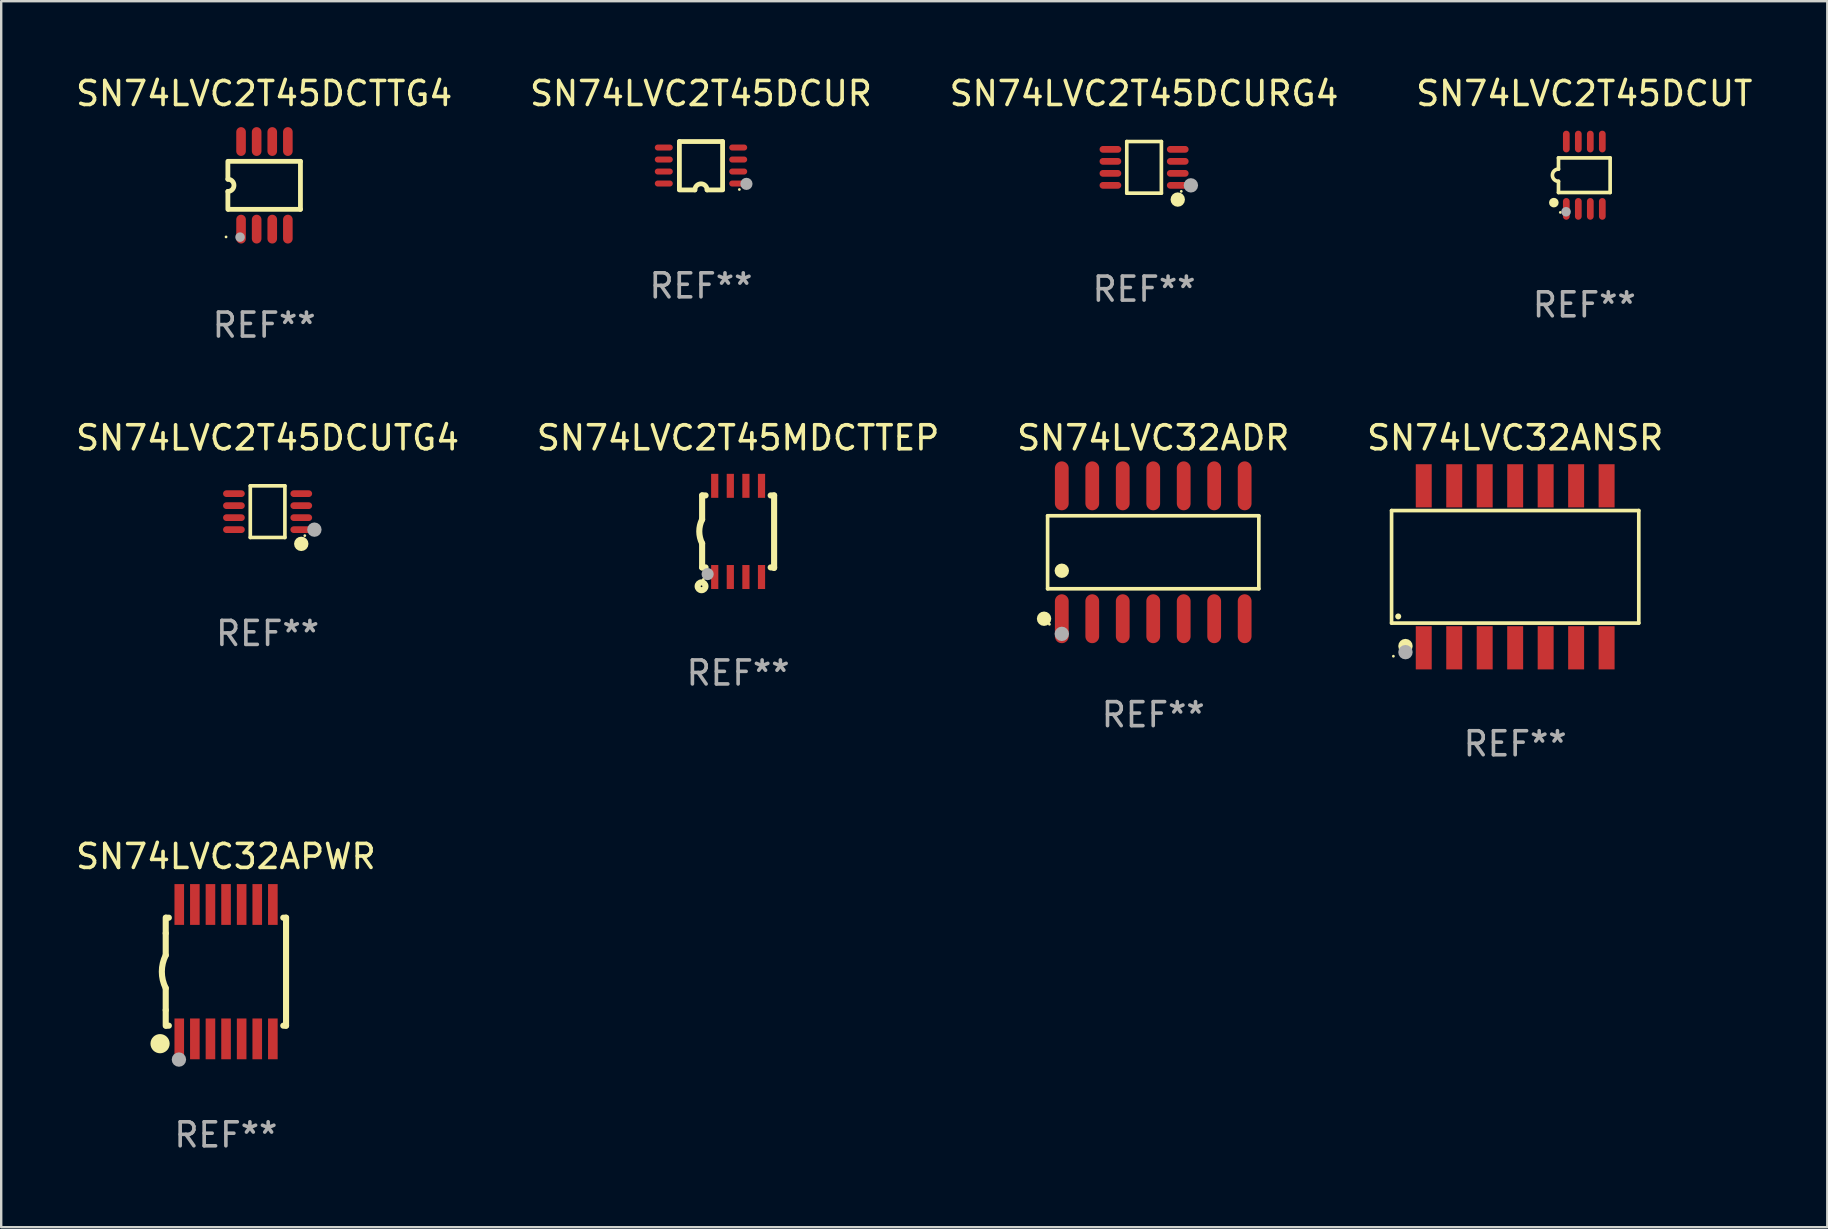
<source format=kicad_pcb>
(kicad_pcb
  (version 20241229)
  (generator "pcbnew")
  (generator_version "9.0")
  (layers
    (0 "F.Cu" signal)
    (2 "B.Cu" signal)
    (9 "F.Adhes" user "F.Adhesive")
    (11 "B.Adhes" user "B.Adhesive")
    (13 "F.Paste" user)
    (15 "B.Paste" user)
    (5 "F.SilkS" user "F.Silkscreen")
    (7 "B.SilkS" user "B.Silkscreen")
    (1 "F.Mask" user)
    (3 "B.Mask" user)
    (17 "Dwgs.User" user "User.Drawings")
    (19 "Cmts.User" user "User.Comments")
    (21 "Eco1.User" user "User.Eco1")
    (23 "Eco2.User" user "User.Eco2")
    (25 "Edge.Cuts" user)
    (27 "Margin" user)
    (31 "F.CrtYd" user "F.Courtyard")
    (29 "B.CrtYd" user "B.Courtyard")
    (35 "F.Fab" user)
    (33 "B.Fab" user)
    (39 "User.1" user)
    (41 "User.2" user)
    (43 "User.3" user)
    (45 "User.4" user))
  (footprint "SN74LVC32ADR"
    (layer "F.Cu")
    (at 45.006 19.964)
    (property "Reference" "SN74LVC32ADR" (at 0 -4.769 0) (layer "F.SilkS") (effects (font (size 1 1) (thickness 0.15))))
    (attr through_hole)
    (fp_line (start -4.401 -1.521) (end 4.401 -1.521) (stroke (width 0.152) (type solid)) (layer "F.SilkS"))
    (fp_line (start -4.401 1.521) (end -4.401 -1.521) (stroke (width 0.152) (type solid)) (layer "F.SilkS"))
    (fp_line (start 4.401 -1.521) (end 4.401 1.521) (stroke (width 0.152) (type solid)) (layer "F.SilkS"))
    (fp_line (start 4.401 1.521) (end -4.401 1.521) (stroke (width 0.152) (type solid)) (layer "F.SilkS"))
    (fp_circle (center -4.549 2.769) (end -4.399 2.769) (stroke (width 0.3) (type solid)) (fill no) (layer "F.SilkS"))
    (fp_circle (center -4.325 3) (end -4.295 3) (stroke (width 0.06) (type solid)) (fill no) (layer "F.SilkS"))
    (fp_circle (center -3.81 0.769) (end -3.66 0.769) (stroke (width 0.3) (type solid)) (fill no) (layer "F.SilkS"))
    (fp_circle (center -3.81 3.4) (end -3.66 3.4) (stroke (width 0.3) (type solid)) (fill no) (layer "F.Fab"))
    (fp_text user "REF**" (at 0 6.769 0) (layer "F.Fab") (effects (font (size 1 1) (thickness 0.15))))
    (pad "1" smd oval (at -3.81 2.769) (size 0.574 2.038) (layers "F.Cu" "F.Mask" "F.Paste"))
    (pad "2" smd oval (at -2.54 2.769) (size 0.574 2.038) (layers "F.Cu" "F.Mask" "F.Paste"))
    (pad "3" smd oval (at -1.27 2.769) (size 0.574 2.038) (layers "F.Cu" "F.Mask" "F.Paste"))
    (pad "4" smd oval (at 0 2.769) (size 0.574 2.038) (layers "F.Cu" "F.Mask" "F.Paste"))
    (pad "5" smd oval (at 1.27 2.769) (size 0.574 2.038) (layers "F.Cu" "F.Mask" "F.Paste"))
    (pad "6" smd oval (at 2.54 2.769) (size 0.574 2.038) (layers "F.Cu" "F.Mask" "F.Paste"))
    (pad "7" smd oval (at 3.81 2.769) (size 0.574 2.038) (layers "F.Cu" "F.Mask" "F.Paste"))
    (pad "8" smd oval (at 3.81 -2.769) (size 0.574 2.038) (layers "F.Cu" "F.Mask" "F.Paste"))
    (pad "9" smd oval (at 2.54 -2.769) (size 0.574 2.038) (layers "F.Cu" "F.Mask" "F.Paste"))
    (pad "10" smd oval (at 1.27 -2.769) (size 0.574 2.038) (layers "F.Cu" "F.Mask" "F.Paste"))
    (pad "11" smd oval (at 0 -2.769) (size 0.574 2.038) (layers "F.Cu" "F.Mask" "F.Paste"))
    (pad "12" smd oval (at -1.27 -2.769) (size 0.574 2.038) (layers "F.Cu" "F.Mask" "F.Paste"))
    (pad "13" smd oval (at -2.54 -2.769) (size 0.574 2.038) (layers "F.Cu" "F.Mask" "F.Paste"))
    (pad "14" smd oval (at -3.81 -2.769) (size 0.574 2.038) (layers "F.Cu" "F.Mask" "F.Paste")))
  (footprint "SN74LVC32ANSR"
    (layer "F.Cu")
    (at 60.089 20.57)
    (property "Reference" "SN74LVC32ANSR" (at 0 -5.375 0) (layer "F.SilkS") (effects (font (size 1 1) (thickness 0.15))))
    (attr through_hole)
    (fp_line (start -5.151 -2.345) (end 5.151 -2.345) (stroke (width 0.152) (type solid)) (layer "F.SilkS"))
    (fp_line (start -5.151 2.345) (end -5.151 -2.345) (stroke (width 0.152) (type solid)) (layer "F.SilkS"))
    (fp_line (start 5.151 -2.345) (end 5.151 2.345) (stroke (width 0.152) (type solid)) (layer "F.SilkS"))
    (fp_line (start 5.151 2.345) (end -5.151 2.345) (stroke (width 0.152) (type solid)) (layer "F.SilkS"))
    (fp_circle (center -5.075 3.725) (end -5.045 3.725) (stroke (width 0.06) (type solid)) (fill no) (layer "F.SilkS"))
    (fp_circle (center -4.874 2.068) (end -4.811 2.068) (stroke (width 0.125) (type solid)) (fill no) (layer "F.SilkS"))
    (fp_circle (center -4.572 3.302) (end -4.422 3.302) (stroke (width 0.3) (type solid)) (fill no) (layer "F.SilkS"))
    (fp_circle (center -4.572 3.556) (end -4.422 3.556) (stroke (width 0.3) (type solid)) (fill no) (layer "F.Fab"))
    (fp_text user "REF**" (at 0 7.375 0) (layer "F.Fab") (effects (font (size 1 1) (thickness 0.15))))
    (pad "1" smd rect (at -3.81 3.375) (size 0.665 1.8) (layers "F.Cu" "F.Mask" "F.Paste"))
    (pad "2" smd rect (at -2.54 3.375) (size 0.665 1.8) (layers "F.Cu" "F.Mask" "F.Paste"))
    (pad "3" smd rect (at -1.27 3.375) (size 0.665 1.8) (layers "F.Cu" "F.Mask" "F.Paste"))
    (pad "4" smd rect (at 0 3.375) (size 0.665 1.8) (layers "F.Cu" "F.Mask" "F.Paste"))
    (pad "5" smd rect (at 1.27 3.375) (size 0.665 1.8) (layers "F.Cu" "F.Mask" "F.Paste"))
    (pad "6" smd rect (at 2.54 3.375) (size 0.665 1.8) (layers "F.Cu" "F.Mask" "F.Paste"))
    (pad "7" smd rect (at 3.81 3.375) (size 0.665 1.8) (layers "F.Cu" "F.Mask" "F.Paste"))
    (pad "8" smd rect (at 3.81 -3.375) (size 0.665 1.8) (layers "F.Cu" "F.Mask" "F.Paste"))
    (pad "9" smd rect (at 2.54 -3.375) (size 0.665 1.8) (layers "F.Cu" "F.Mask" "F.Paste"))
    (pad "10" smd rect (at 1.27 -3.375) (size 0.665 1.8) (layers "F.Cu" "F.Mask" "F.Paste"))
    (pad "11" smd rect (at 0 -3.375) (size 0.665 1.8) (layers "F.Cu" "F.Mask" "F.Paste"))
    (pad "12" smd rect (at -1.27 -3.375) (size 0.665 1.8) (layers "F.Cu" "F.Mask" "F.Paste"))
    (pad "13" smd rect (at -2.54 -3.375) (size 0.665 1.8) (layers "F.Cu" "F.Mask" "F.Paste"))
    (pad "14" smd rect (at -3.81 -3.375) (size 0.665 1.8) (layers "F.Cu" "F.Mask" "F.Paste")))
  (footprint "SN74LVC2T45MDCTTEP"
    (layer "F.Cu")
    (at 27.708 19.095)
    (property "Reference" "SN74LVC2T45MDCTTEP" (at 0 -3.9 0) (layer "F.SilkS") (effects (font (size 1 1) (thickness 0.15))))
    (attr through_hole)
    (fp_line (start -1.5 -1.5) (end -1.5 -0.5) (stroke (width 0.254) (type solid)) (layer "F.SilkS"))
    (fp_line (start -1.5 -1.5) (end -1.356 -1.5) (stroke (width 0.254) (type solid)) (layer "F.SilkS"))
    (fp_line (start -1.5 1.5) (end -1.5 0.5) (stroke (width 0.254) (type solid)) (layer "F.SilkS"))
    (fp_line (start -1.5 1.5) (end -1.356 1.5) (stroke (width 0.254) (type solid)) (layer "F.SilkS"))
    (fp_line (start 1.356 -1.5) (end 1.5 -1.5) (stroke (width 0.254) (type solid)) (layer "F.SilkS"))
    (fp_line (start 1.356 1.5) (end 1.5 1.5) (stroke (width 0.254) (type solid)) (layer "F.SilkS"))
    (fp_line (start 1.5 -1.5) (end 1.5 1.524) (stroke (width 0.254) (type solid)) (layer "F.SilkS"))
    (fp_arc (start -1.500203 0.499111) (mid -1.618067 -0.000494) (end -1.5 -0.500051) (stroke (width 0.254001) (type solid)) (layer "F.SilkS"))
    (fp_circle (center -1.524 2.286) (end -1.488 2.286) (stroke (width 0.254) (type solid)) (fill no) (layer "F.SilkS"))
    (fp_circle (center -1.45 2) (end -1.42 2) (stroke (width 0.06) (type solid)) (fill no) (layer "F.SilkS"))
    (fp_circle (center -1.27 1.778) (end -1.143 1.778) (stroke (width 0.254) (type solid)) (fill no) (layer "F.Fab"))
    (fp_text user "REF**" (at 0 5.9 0) (layer "F.Fab") (effects (font (size 1 1) (thickness 0.15))))
    (pad "1" smd rect (at -0.975 1.9) (size 0.3 1) (layers "F.Cu" "F.Mask" "F.Paste"))
    (pad "2" smd rect (at -0.325 1.9) (size 0.3 1) (layers "F.Cu" "F.Mask" "F.Paste"))
    (pad "3" smd rect (at 0.325 1.9) (size 0.3 1) (layers "F.Cu" "F.Mask" "F.Paste"))
    (pad "4" smd rect (at 0.975 1.9) (size 0.3 1) (layers "F.Cu" "F.Mask" "F.Paste"))
    (pad "5" smd rect (at 0.975 -1.9) (size 0.3 1) (layers "F.Cu" "F.Mask" "F.Paste"))
    (pad "6" smd rect (at 0.325 -1.9) (size 0.3 1) (layers "F.Cu" "F.Mask" "F.Paste"))
    (pad "7" smd rect (at -0.325 -1.9) (size 0.3 1) (layers "F.Cu" "F.Mask" "F.Paste"))
    (pad "8" smd rect (at -0.975 -1.9) (size 0.3 1) (layers "F.Cu" "F.Mask" "F.Paste")))
  (footprint "SN74LVC2T45DCUT"
    (layer "F.Cu")
    (at 62.97 4.251)
    (property "Reference" "SN74LVC2T45DCUT" (at 0 -3.403 0) (layer "F.SilkS") (effects (font (size 1 1) (thickness 0.15))))
    (attr through_hole)
    (fp_line (start -1.076 -0.721) (end 1.076 -0.721) (stroke (width 0.152) (type solid)) (layer "F.SilkS"))
    (fp_line (start -1.076 -0.254) (end -1.076 -0.721) (stroke (width 0.152) (type solid)) (layer "F.SilkS"))
    (fp_line (start -1.076 0.254) (end -1.076 0.721) (stroke (width 0.152) (type solid)) (layer "F.SilkS"))
    (fp_line (start 1.076 -0.721) (end 1.076 0.721) (stroke (width 0.152) (type solid)) (layer "F.SilkS"))
    (fp_line (start 1.076 0.721) (end -1.076 0.721) (stroke (width 0.152) (type solid)) (layer "F.SilkS"))
    (fp_arc (start -1.076226 0.254051) (mid -1.330226 0.000051) (end -1.076226 -0.253949) (stroke (width 0.151994) (type solid)) (layer "F.SilkS"))
    (fp_circle (center -1.27 1.143) (end -1.17 1.143) (stroke (width 0.2) (type solid)) (fill no) (layer "F.SilkS"))
    (fp_circle (center -1 1.55) (end -0.97 1.55) (stroke (width 0.06) (type solid)) (fill no) (layer "F.SilkS"))
    (fp_circle (center -0.762 1.524) (end -0.662 1.524) (stroke (width 0.2) (type solid)) (fill no) (layer "F.Fab"))
    (fp_text user "REF**" (at 0 5.403 0) (layer "F.Fab") (effects (font (size 1 1) (thickness 0.15))))
    (pad "1" smd oval (at -0.75 1.403) (size 0.28 0.905) (layers "F.Cu" "F.Mask" "F.Paste"))
    (pad "2" smd oval (at -0.25 1.403) (size 0.28 0.905) (layers "F.Cu" "F.Mask" "F.Paste"))
    (pad "3" smd oval (at 0.25 1.403) (size 0.28 0.905) (layers "F.Cu" "F.Mask" "F.Paste"))
    (pad "4" smd oval (at 0.75 1.403) (size 0.28 0.905) (layers "F.Cu" "F.Mask" "F.Paste"))
    (pad "5" smd oval (at 0.75 -1.403) (size 0.28 0.905) (layers "F.Cu" "F.Mask" "F.Paste"))
    (pad "6" smd oval (at 0.25 -1.403) (size 0.28 0.905) (layers "F.Cu" "F.Mask" "F.Paste"))
    (pad "7" smd oval (at -0.25 -1.403) (size 0.28 0.905) (layers "F.Cu" "F.Mask" "F.Paste"))
    (pad "8" smd oval (at -0.75 -1.403) (size 0.28 0.905) (layers "F.Cu" "F.Mask" "F.Paste")))
  (footprint "SN74LVC2T45DCUR"
    (layer "F.Cu")
    (at 26.161 3.856)
    (property "Reference" "SN74LVC2T45DCUR" (at 0 -3.008 0) (layer "F.SilkS") (effects (font (size 1 1) (thickness 0.15))))
    (attr through_hole)
    (fp_line (start -0.9 -1.008) (end -0.9 0.992) (stroke (width 0.2) (type solid)) (layer "F.SilkS"))
    (fp_line (start -0.254 1.008) (end -0.9 1.008) (stroke (width 0.2) (type solid)) (layer "F.SilkS"))
    (fp_line (start 0.254 1.008) (end 0.9 1.008) (stroke (width 0.2) (type solid)) (layer "F.SilkS"))
    (fp_line (start 0.9 -1.008) (end -0.9 -1.008) (stroke (width 0.2) (type solid)) (layer "F.SilkS"))
    (fp_line (start 0.9 0.992) (end 0.9 -1.008) (stroke (width 0.2) (type solid)) (layer "F.SilkS"))
    (fp_arc (start -0.254128 1.007976) (mid -0.000127 0.753975) (end 0.253874 1.007976) (stroke (width 0.2) (type solid)) (layer "F.SilkS"))
    (fp_circle (center 1.599 0.99) (end 1.629 0.99) (stroke (width 0.06) (type solid)) (fill no) (layer "F.SilkS"))
    (fp_circle (center 1.894 0.756) (end 2.021 0.756) (stroke (width 0.254) (type solid)) (fill no) (layer "F.Fab"))
    (fp_text user "REF**" (at 0 5.008 0) (layer "F.Fab") (effects (font (size 1 1) (thickness 0.15))))
    (pad "1" smd oval (at 1.55 0.742) (size 0.75 0.25) (layers "F.Cu" "F.Mask" "F.Paste"))
    (pad "2" smd oval (at 1.55 0.242) (size 0.75 0.25) (layers "F.Cu" "F.Mask" "F.Paste"))
    (pad "3" smd oval (at 1.55 -0.258) (size 0.75 0.25) (layers "F.Cu" "F.Mask" "F.Paste"))
    (pad "4" smd oval (at 1.55 -0.758) (size 0.75 0.25) (layers "F.Cu" "F.Mask" "F.Paste"))
    (pad "5" smd oval (at -1.55 -0.758) (size 0.75 0.25) (layers "F.Cu" "F.Mask" "F.Paste"))
    (pad "6" smd oval (at -1.55 -0.258) (size 0.75 0.25) (layers "F.Cu" "F.Mask" "F.Paste"))
    (pad "7" smd oval (at -1.55 0.242) (size 0.75 0.25) (layers "F.Cu" "F.Mask" "F.Paste"))
    (pad "8" smd oval (at -1.55 0.742) (size 0.75 0.25) (layers "F.Cu" "F.Mask" "F.Paste")))
  (footprint "SN74LVC2T45DCUTG4"
    (layer "F.Cu")
    (at 8.101 18.271)
    (property "Reference" "SN74LVC2T45DCUTG4" (at 0 -3.076 0) (layer "F.SilkS") (effects (font (size 1 1) (thickness 0.15))))
    (attr through_hole)
    (fp_line (start -0.721 -1.076) (end 0.721 -1.076) (stroke (width 0.152) (type solid)) (layer "F.SilkS"))
    (fp_line (start -0.721 1.076) (end -0.721 -1.076) (stroke (width 0.152) (type solid)) (layer "F.SilkS"))
    (fp_line (start 0.721 -1.076) (end 0.721 1.076) (stroke (width 0.152) (type solid)) (layer "F.SilkS"))
    (fp_line (start 0.721 1.076) (end -0.721 1.076) (stroke (width 0.152) (type solid)) (layer "F.SilkS"))
    (fp_circle (center 1.403 1.342) (end 1.553 1.342) (stroke (width 0.3) (type solid)) (fill no) (layer "F.SilkS"))
    (fp_circle (center 1.55 1) (end 1.58 1) (stroke (width 0.06) (type solid)) (fill no) (layer "F.SilkS"))
    (fp_circle (center 1.95 0.75) (end 2.1 0.75) (stroke (width 0.3) (type solid)) (fill no) (layer "F.Fab"))
    (fp_text user "REF**" (at 0 5.076 0) (layer "F.Fab") (effects (font (size 1 1) (thickness 0.15))))
    (pad "1" smd oval (at 1.403 0.75 90) (size 0.28 0.905) (layers "F.Cu" "F.Mask" "F.Paste"))
    (pad "2" smd oval (at 1.403 0.25 90) (size 0.28 0.905) (layers "F.Cu" "F.Mask" "F.Paste"))
    (pad "3" smd oval (at 1.403 -0.25 90) (size 0.28 0.905) (layers "F.Cu" "F.Mask" "F.Paste"))
    (pad "4" smd oval (at 1.403 -0.75 90) (size 0.28 0.905) (layers "F.Cu" "F.Mask" "F.Paste"))
    (pad "5" smd oval (at -1.403 -0.75 90) (size 0.28 0.905) (layers "F.Cu" "F.Mask" "F.Paste"))
    (pad "6" smd oval (at -1.403 -0.25 90) (size 0.28 0.905) (layers "F.Cu" "F.Mask" "F.Paste"))
    (pad "7" smd oval (at -1.403 0.25 90) (size 0.28 0.905) (layers "F.Cu" "F.Mask" "F.Paste"))
    (pad "8" smd oval (at -1.403 0.75 90) (size 0.28 0.905) (layers "F.Cu" "F.Mask" "F.Paste")))
  (footprint "SN74LVC2T45DCTTG4"
    (layer "F.Cu")
    (at 7.958 4.673)
    (property "Reference" "SN74LVC2T45DCTTG4" (at 0 -3.825 0) (layer "F.SilkS") (effects (font (size 1 1) (thickness 0.15))))
    (attr through_hole)
    (fp_line (start -1.512 -0.254) (end -1.512 -1) (stroke (width 0.2) (type solid)) (layer "F.SilkS"))
    (fp_line (start -1.512 0.254) (end -1.512 1) (stroke (width 0.2) (type solid)) (layer "F.SilkS"))
    (fp_line (start -1.488 -1) (end 1.512 -1) (stroke (width 0.2) (type solid)) (layer "F.SilkS"))
    (fp_line (start 1.512 -1) (end 1.512 1) (stroke (width 0.2) (type solid)) (layer "F.SilkS"))
    (fp_line (start 1.512 1) (end -1.488 1) (stroke (width 0.2) (type solid)) (layer "F.SilkS"))
    (fp_arc (start -1.512002 -0.254001) (mid -1.258001 0) (end -1.512002 0.254001) (stroke (width 0.2) (type solid)) (layer "F.SilkS"))
    (fp_circle (center -1.588 2.15) (end -1.558 2.15) (stroke (width 0.06) (type solid)) (fill no) (layer "F.SilkS"))
    (fp_circle (center -1.004 2.159) (end -0.904 2.159) (stroke (width 0.2) (type solid)) (fill no) (layer "F.Fab"))
    (fp_text user "REF**" (at 0 5.825 0) (layer "F.Fab") (effects (font (size 1 1) (thickness 0.15))))
    (pad "1" smd oval (at -0.963 1.825 270) (size 1.2 0.4) (layers "F.Cu" "F.Mask" "F.Paste"))
    (pad "2" smd oval (at -0.313 1.825 270) (size 1.2 0.4) (layers "F.Cu" "F.Mask" "F.Paste"))
    (pad "3" smd oval (at 0.337 1.825 270) (size 1.2 0.4) (layers "F.Cu" "F.Mask" "F.Paste"))
    (pad "4" smd oval (at 0.987 1.825 270) (size 1.2 0.4) (layers "F.Cu" "F.Mask" "F.Paste"))
    (pad "5" smd oval (at 0.987 -1.825 270) (size 1.2 0.4) (layers "F.Cu" "F.Mask" "F.Paste"))
    (pad "6" smd oval (at 0.337 -1.825 270) (size 1.2 0.4) (layers "F.Cu" "F.Mask" "F.Paste"))
    (pad "7" smd oval (at -0.313 -1.825 270) (size 1.2 0.4) (layers "F.Cu" "F.Mask" "F.Paste"))
    (pad "8" smd oval (at -0.963 -1.825 270) (size 1.2 0.4) (layers "F.Cu" "F.Mask" "F.Paste")))
  (footprint "SN74LVC2T45DCURG4"
    (layer "F.Cu")
    (at 44.625 3.924)
    (property "Reference" "SN74LVC2T45DCURG4" (at 0 -3.076 0) (layer "F.SilkS") (effects (font (size 1 1) (thickness 0.15))))
    (attr through_hole)
    (fp_line (start -0.721 -1.076) (end 0.721 -1.076) (stroke (width 0.152) (type solid)) (layer "F.SilkS"))
    (fp_line (start -0.721 1.076) (end -0.721 -1.076) (stroke (width 0.152) (type solid)) (layer "F.SilkS"))
    (fp_line (start 0.721 -1.076) (end 0.721 1.076) (stroke (width 0.152) (type solid)) (layer "F.SilkS"))
    (fp_line (start 0.721 1.076) (end -0.721 1.076) (stroke (width 0.152) (type solid)) (layer "F.SilkS"))
    (fp_circle (center 1.403 1.342) (end 1.553 1.342) (stroke (width 0.3) (type solid)) (fill no) (layer "F.SilkS"))
    (fp_circle (center 1.55 1) (end 1.58 1) (stroke (width 0.06) (type solid)) (fill no) (layer "F.SilkS"))
    (fp_circle (center 1.95 0.75) (end 2.1 0.75) (stroke (width 0.3) (type solid)) (fill no) (layer "F.Fab"))
    (fp_text user "REF**" (at 0 5.076 0) (layer "F.Fab") (effects (font (size 1 1) (thickness 0.15))))
    (pad "1" smd oval (at 1.403 0.75 90) (size 0.28 0.905) (layers "F.Cu" "F.Mask" "F.Paste"))
    (pad "2" smd oval (at 1.403 0.25 90) (size 0.28 0.905) (layers "F.Cu" "F.Mask" "F.Paste"))
    (pad "3" smd oval (at 1.403 -0.25 90) (size 0.28 0.905) (layers "F.Cu" "F.Mask" "F.Paste"))
    (pad "4" smd oval (at 1.403 -0.75 90) (size 0.28 0.905) (layers "F.Cu" "F.Mask" "F.Paste"))
    (pad "5" smd oval (at -1.403 -0.75 90) (size 0.28 0.905) (layers "F.Cu" "F.Mask" "F.Paste"))
    (pad "6" smd oval (at -1.403 -0.25 90) (size 0.28 0.905) (layers "F.Cu" "F.Mask" "F.Paste"))
    (pad "7" smd oval (at -1.403 0.25 90) (size 0.28 0.905) (layers "F.Cu" "F.Mask" "F.Paste"))
    (pad "8" smd oval (at -1.403 0.75 90) (size 0.28 0.905) (layers "F.Cu" "F.Mask" "F.Paste")))
  (footprint "SN74LVC32APWR"
    (layer "F.Cu")
    (at 6.363 37.441)
    (property "Reference" "SN74LVC32APWR" (at 0 -4.8 0) (layer "F.SilkS") (effects (font (size 1 1) (thickness 0.15))))
    (attr through_hole)
    (fp_line (start -2.507 -1.6) (end -2.507 -2.25) (stroke (width 0.254) (type solid)) (layer "F.SilkS"))
    (fp_line (start -2.507 -0.686) (end -2.507 -1.6) (stroke (width 0.254) (type solid)) (layer "F.SilkS"))
    (fp_line (start -2.507 1.6) (end -2.507 0.686) (stroke (width 0.254) (type solid)) (layer "F.SilkS"))
    (fp_line (start -2.507 1.6) (end -2.507 2.25) (stroke (width 0.254) (type solid)) (layer "F.SilkS"))
    (fp_line (start -2.493 -2.25) (end -2.377 -2.25) (stroke (width 0.254) (type solid)) (layer "F.SilkS"))
    (fp_line (start -2.377 2.25) (end -2.493 2.25) (stroke (width 0.254) (type solid)) (layer "F.SilkS"))
    (fp_line (start 2.392 -2.25) (end 2.507 -2.25) (stroke (width 0.254) (type solid)) (layer "F.SilkS"))
    (fp_line (start 2.507 -2.25) (end 2.507 2.25) (stroke (width 0.254) (type solid)) (layer "F.SilkS"))
    (fp_line (start 2.507 2.25) (end 2.392 2.25) (stroke (width 0.254) (type solid)) (layer "F.SilkS"))
    (fp_arc (start -2.507303 0.685802) (mid -2.669199 0) (end -2.507303 -0.685801) (stroke (width 0.254001) (type solid)) (layer "F.SilkS"))
    (fp_circle (center -2.743 3) (end -2.543 3) (stroke (width 0.4) (type solid)) (fill no) (layer "F.SilkS"))
    (fp_circle (center -2.493 3.2) (end -2.463 3.2) (stroke (width 0.06) (type solid)) (fill no) (layer "F.SilkS"))
    (fp_circle (center -1.957 3.662) (end -1.807 3.662) (stroke (width 0.3) (type solid)) (fill no) (layer "F.Fab"))
    (fp_text user "REF**" (at 0 6.8 0) (layer "F.Fab") (effects (font (size 1 1) (thickness 0.15))))
    (pad "1" smd rect (at -1.943 2.8) (size 0.4 1.7) (layers "F.Cu" "F.Mask" "F.Paste"))
    (pad "2" smd rect (at -1.293 2.8) (size 0.4 1.7) (layers "F.Cu" "F.Mask" "F.Paste"))
    (pad "3" smd rect (at -0.643 2.8) (size 0.4 1.7) (layers "F.Cu" "F.Mask" "F.Paste"))
    (pad "4" smd rect (at 0.007 2.8) (size 0.4 1.7) (layers "F.Cu" "F.Mask" "F.Paste"))
    (pad "5" smd rect (at 0.657 2.8) (size 0.4 1.7) (layers "F.Cu" "F.Mask" "F.Paste"))
    (pad "6" smd rect (at 1.307 2.8) (size 0.4 1.7) (layers "F.Cu" "F.Mask" "F.Paste"))
    (pad "7" smd rect (at 1.957 2.8) (size 0.4 1.7) (layers "F.Cu" "F.Mask" "F.Paste"))
    (pad "8" smd rect (at 1.957 -2.8) (size 0.4 1.7) (layers "F.Cu" "F.Mask" "F.Paste"))
    (pad "9" smd rect (at 1.307 -2.8) (size 0.4 1.7) (layers "F.Cu" "F.Mask" "F.Paste"))
    (pad "10" smd rect (at 0.657 -2.8) (size 0.4 1.7) (layers "F.Cu" "F.Mask" "F.Paste"))
    (pad "11" smd rect (at 0.007 -2.8) (size 0.4 1.7) (layers "F.Cu" "F.Mask" "F.Paste"))
    (pad "12" smd rect (at -0.643 -2.8) (size 0.4 1.7) (layers "F.Cu" "F.Mask" "F.Paste"))
    (pad "13" smd rect (at -1.293 -2.8) (size 0.4 1.7) (layers "F.Cu" "F.Mask" "F.Paste"))
    (pad "14" smd rect (at -1.943 -2.8) (size 0.4 1.7) (layers "F.Cu" "F.Mask" "F.Paste")))
  (gr_rect
    (start -3 -3)
    (end 73.095 48.09)
    (stroke (width 0.1) (type default))
    (fill no)
    (layer "Edge.Cuts")))
</source>
